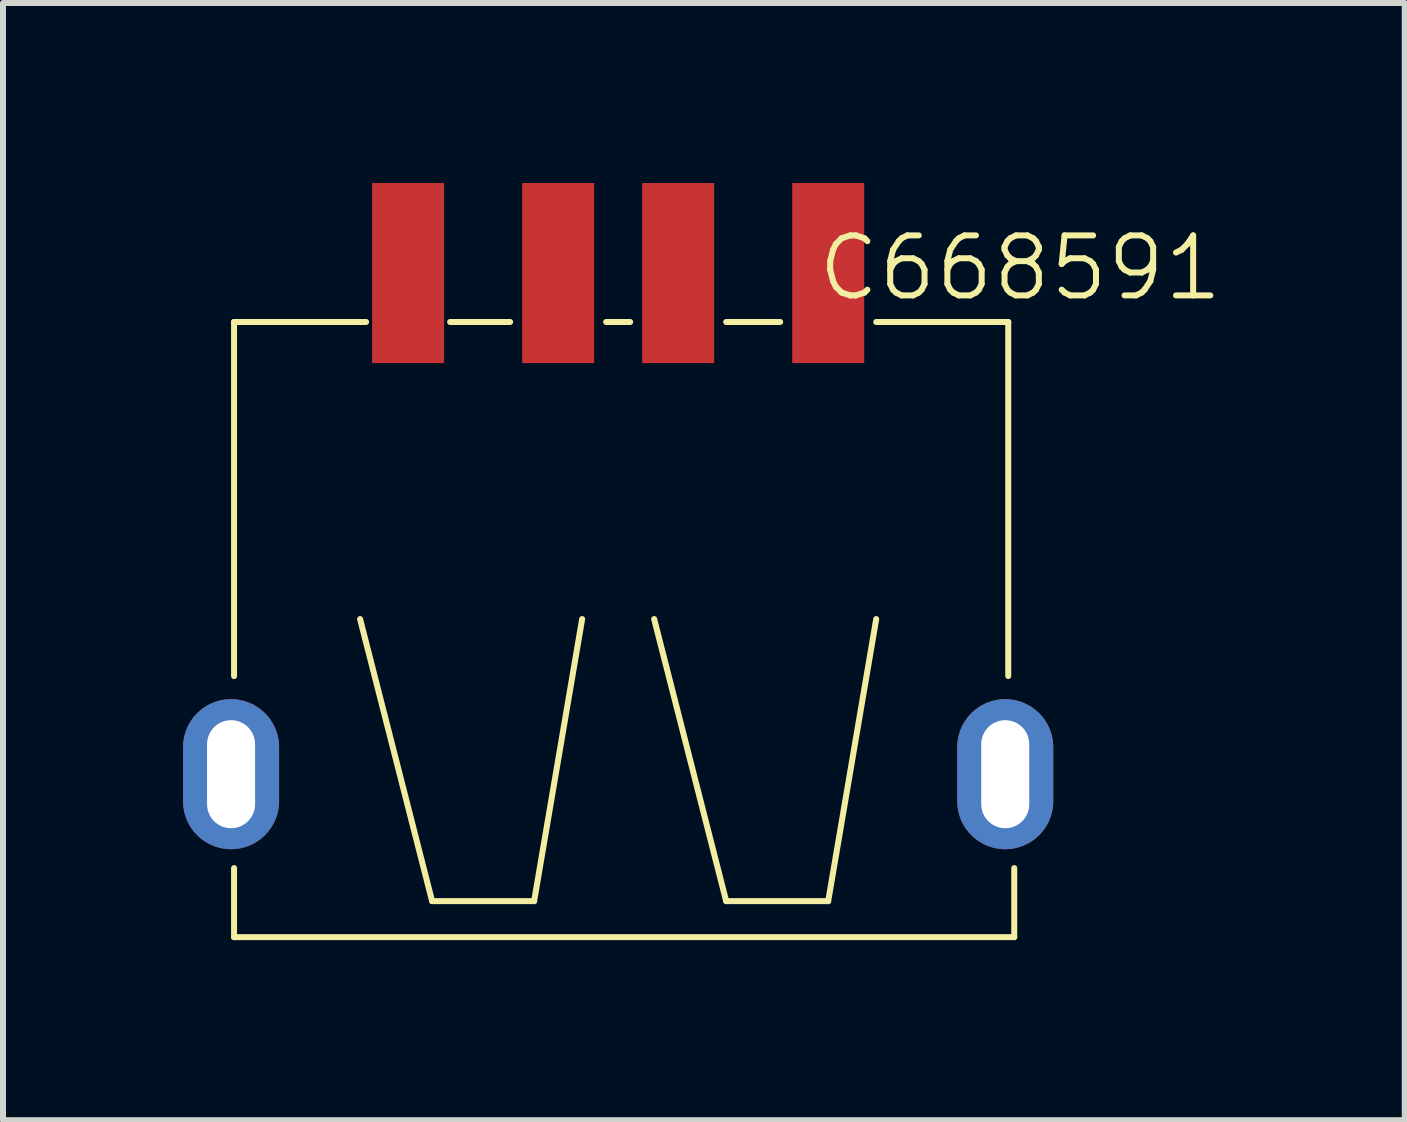
<source format=kicad_pcb>
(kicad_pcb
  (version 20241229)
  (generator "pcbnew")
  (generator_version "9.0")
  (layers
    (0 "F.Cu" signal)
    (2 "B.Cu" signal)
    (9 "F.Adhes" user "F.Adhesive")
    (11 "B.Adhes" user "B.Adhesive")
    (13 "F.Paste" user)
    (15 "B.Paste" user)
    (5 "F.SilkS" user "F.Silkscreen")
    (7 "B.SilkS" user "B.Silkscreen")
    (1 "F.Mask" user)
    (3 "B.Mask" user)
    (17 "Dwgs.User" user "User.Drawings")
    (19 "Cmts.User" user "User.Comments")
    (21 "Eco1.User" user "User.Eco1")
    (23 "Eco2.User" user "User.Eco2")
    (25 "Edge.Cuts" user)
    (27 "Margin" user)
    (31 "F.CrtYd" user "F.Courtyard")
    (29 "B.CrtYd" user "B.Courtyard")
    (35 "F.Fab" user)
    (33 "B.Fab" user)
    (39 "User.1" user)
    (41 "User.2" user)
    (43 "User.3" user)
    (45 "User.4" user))
  (footprint "C668591"
    (layer "F.Cu")
    (at 7.25 8.215)
    (property "Reference" "C668591" (at 6.7 -6.8 0) (unlocked yes) (layer "F.SilkS") (effects (font (size 1 1) (thickness 0.1))))
    (attr smd)
    (fp_line (start -6.4 -5.9) (end -6.4 0) (stroke (width 0.1) (type default)) (layer "F.SilkS"))
    (fp_line (start -6.4 -5.9) (end -4.2 -5.9) (stroke (width 0.1) (type default)) (layer "F.SilkS"))
    (fp_line (start -6.4 3.2) (end -6.4 4.35) (stroke (width 0.1) (type default)) (layer "F.SilkS"))
    (fp_line (start -6.4 4.35) (end 6.6 4.35) (stroke (width 0.1) (type default)) (layer "F.SilkS"))
    (fp_line (start -4.3 -0.95) (end -3.1 3.75) (stroke (width 0.1) (type default)) (layer "F.SilkS"))
    (fp_line (start -3.1 3.75) (end -1.4 3.75) (stroke (width 0.1) (type default)) (layer "F.SilkS"))
    (fp_line (start -2.8 -5.9) (end -1.8 -5.9) (stroke (width 0.1) (type default)) (layer "F.SilkS"))
    (fp_line (start -1.4 3.75) (end -0.6 -0.95) (stroke (width 0.1) (type default)) (layer "F.SilkS"))
    (fp_line (start -0.2 -5.9) (end 0.2 -5.9) (stroke (width 0.1) (type default)) (layer "F.SilkS"))
    (fp_line (start 0.6 -0.95) (end 1.8 3.75) (stroke (width 0.1) (type default)) (layer "F.SilkS"))
    (fp_line (start 1.8 -5.9) (end 2.7 -5.9) (stroke (width 0.1) (type default)) (layer "F.SilkS"))
    (fp_line (start 1.8 3.75) (end 3.5 3.75) (stroke (width 0.1) (type default)) (layer "F.SilkS"))
    (fp_line (start 3.5 3.75) (end 4.3 -0.95) (stroke (width 0.1) (type default)) (layer "F.SilkS"))
    (fp_line (start 4.3 -5.9) (end 6.5 -5.9) (stroke (width 0.1) (type default)) (layer "F.SilkS"))
    (fp_line (start 6.5 -5.9) (end 6.5 0) (stroke (width 0.1) (type default)) (layer "F.SilkS"))
    (fp_line (start 6.6 4.35) (end 6.6 3.2) (stroke (width 0.1) (type default)) (layer "F.SilkS"))
    (pad "D+" smd rect (at 1 -6.715 90) (size 3 1.2) (layers "F.Cu" "F.Mask" "F.Paste"))
    (pad "D-" smd rect (at -1 -6.715 90) (size 3 1.2) (layers "F.Cu" "F.Mask" "F.Paste"))
    (pad "GND" smd rect (at 3.5 -6.715 90) (size 3 1.2) (layers "F.Cu" "F.Mask" "F.Paste"))
    (pad "MH1" thru_hole oval (at -6.45 1.635 90) (size 2.5 1.6) (drill oval 1.8 0.8) (layers "*.Cu" "*.Mask"))
    (pad "MH2" thru_hole oval (at 6.45 1.635 90) (size 2.5 1.6) (drill oval 1.8 0.8) (layers "*.Cu" "*.Mask"))
    (pad "VBUS" smd rect (at -3.5 -6.715 90) (size 3 1.2) (layers "F.Cu" "F.Mask" "F.Paste")))
  (gr_rect
    (start -3 -3)
    (end 20.357 15.615)
    (stroke (width 0.1) (type default))
    (fill no)
    (layer "Edge.Cuts")))
</source>
